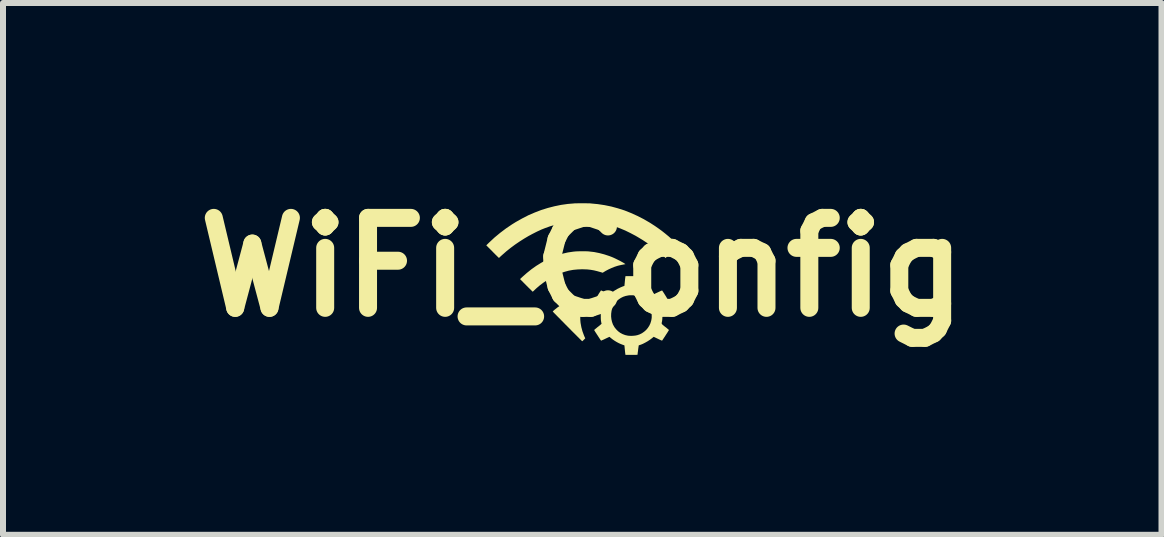
<source format=kicad_pcb>
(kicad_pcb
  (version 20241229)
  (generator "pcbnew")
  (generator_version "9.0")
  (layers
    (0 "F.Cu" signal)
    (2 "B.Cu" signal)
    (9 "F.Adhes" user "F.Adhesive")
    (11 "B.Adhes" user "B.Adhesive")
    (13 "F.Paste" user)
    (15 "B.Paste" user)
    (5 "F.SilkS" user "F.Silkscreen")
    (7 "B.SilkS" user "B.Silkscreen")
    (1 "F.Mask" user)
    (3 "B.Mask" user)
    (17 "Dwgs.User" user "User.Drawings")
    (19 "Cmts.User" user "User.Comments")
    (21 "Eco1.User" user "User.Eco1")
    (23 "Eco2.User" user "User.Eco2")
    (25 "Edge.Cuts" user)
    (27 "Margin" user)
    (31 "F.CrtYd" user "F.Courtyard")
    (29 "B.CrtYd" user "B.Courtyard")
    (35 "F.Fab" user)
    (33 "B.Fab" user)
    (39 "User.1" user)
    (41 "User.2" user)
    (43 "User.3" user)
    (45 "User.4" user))
  (footprint "WiFi_Config"
    (layer "F.Cu")
    (at 6.657 1.404)
    (property "Reference" "WiFi_Config" (at 0 0 0) (layer "F.SilkS") (effects (font (size 1.5 1.5) (thickness 0.3))))
    (attr board_only exclude_from_pos_files exclude_from_bom)
    (fp_poly (pts (xy -0.001 0.534) (xy 0.005 0.535) (xy 0.006 0.536) (xy 0.005 0.539) (xy 0.003 0.546) (xy 0.001 0.551) (xy -0.003 0.565) (xy -0.008 0.585) (xy -0.014 0.607) (xy -0.019 0.63) (xy -0.024 0.653) (xy -0.027 0.674) (xy -0.028 0.678) (xy -0.03 0.698) (xy -0.032 0.722) (xy -0.033 0.75) (xy -0.034 0.78) (xy -0.034 0.811) (xy -0.033 0.842) (xy -0.033 0.872) (xy -0.031 0.898) (xy -0.029 0.92) (xy -0.028 0.93) (xy -0.015 1.001) (xy 0.003 1.068) (xy 0.026 1.131) (xy 0.034 1.151) (xy 0.05 1.187) (xy 0.026 1.211) (xy 0.016 1.221) (xy 0.007 1.229) (xy 0.001 1.234) (xy -0.001 1.235) (xy -0.003 1.233) (xy -0.01 1.227) (xy -0.02 1.216) (xy -0.035 1.202) (xy -0.052 1.185) (xy -0.073 1.164) (xy -0.096 1.141) (xy -0.122 1.115) (xy -0.15 1.087) (xy -0.18 1.057) (xy -0.211 1.025) (xy -0.244 0.992) (xy -0.247 0.989) (xy -0.28 0.956) (xy -0.311 0.924) (xy -0.341 0.894) (xy -0.369 0.865) (xy -0.395 0.839) (xy -0.419 0.815) (xy -0.439 0.794) (xy -0.457 0.776) (xy -0.472 0.761) (xy -0.482 0.75) (xy -0.489 0.743) (xy -0.492 0.74) (xy -0.492 0.74) (xy -0.49 0.737) (xy -0.484 0.731) (xy -0.475 0.722) (xy -0.464 0.712) (xy -0.464 0.712) (xy -0.41 0.669) (xy -0.353 0.632) (xy -0.294 0.601) (xy -0.231 0.575) (xy -0.166 0.555) (xy -0.099 0.541) (xy -0.085 0.539) (xy -0.072 0.538) (xy -0.057 0.536) (xy -0.041 0.535) (xy -0.026 0.535) (xy -0.012 0.534)) (stroke (width 0) (type solid)) (fill yes) (layer "F.SilkS"))
    (fp_poly (pts (xy 0.055 -0.265) (xy 0.083 -0.264) (xy 0.107 -0.263) (xy 0.112 -0.262) (xy 0.199 -0.252) (xy 0.284 -0.235) (xy 0.368 -0.213) (xy 0.453 -0.185) (xy 0.497 -0.168) (xy 0.518 -0.159) (xy 0.54 -0.149) (xy 0.563 -0.138) (xy 0.587 -0.126) (xy 0.611 -0.114) (xy 0.633 -0.103) (xy 0.654 -0.091) (xy 0.674 -0.08) (xy 0.69 -0.071) (xy 0.703 -0.062) (xy 0.713 -0.056) (xy 0.718 -0.051) (xy 0.718 -0.049) (xy 0.717 -0.049) (xy 0.702 -0.047) (xy 0.683 -0.043) (xy 0.661 -0.039) (xy 0.638 -0.034) (xy 0.616 -0.029) (xy 0.596 -0.024) (xy 0.585 -0.021) (xy 0.536 -0.005) (xy 0.487 0.015) (xy 0.439 0.037) (xy 0.393 0.061) (xy 0.37 0.075) (xy 0.341 0.093) (xy 0.304 0.082) (xy 0.247 0.066) (xy 0.193 0.053) (xy 0.14 0.044) (xy 0.086 0.038) (xy 0.03 0.036) (xy -0.002 0.035) (xy -0.078 0.038) (xy -0.152 0.045) (xy -0.223 0.058) (xy -0.293 0.077) (xy -0.363 0.101) (xy -0.433 0.131) (xy -0.456 0.143) (xy -0.52 0.177) (xy -0.584 0.216) (xy -0.647 0.258) (xy -0.707 0.303) (xy -0.762 0.35) (xy -0.794 0.38) (xy -0.805 0.391) (xy -0.815 0.4) (xy -0.822 0.406) (xy -0.826 0.41) (xy -0.826 0.41) (xy -0.828 0.407) (xy -0.835 0.401) (xy -0.845 0.391) (xy -0.858 0.378) (xy -0.874 0.362) (xy -0.893 0.344) (xy -0.913 0.324) (xy -0.932 0.305) (xy -1.037 0.199) (xy -0.998 0.162) (xy -0.923 0.096) (xy -0.847 0.035) (xy -0.768 -0.021) (xy -0.686 -0.072) (xy -0.599 -0.12) (xy -0.58 -0.129) (xy -0.497 -0.168) (xy -0.413 -0.199) (xy -0.328 -0.225) (xy -0.241 -0.245) (xy -0.153 -0.258) (xy -0.125 -0.261) (xy -0.102 -0.263) (xy -0.073 -0.264) (xy -0.042 -0.265) (xy -0.009 -0.265) (xy 0.024 -0.265)) (stroke (width 0) (type solid)) (fill yes) (layer "F.SilkS"))
    (fp_poly (pts (xy 0.032 -1.065) (xy 0.065 -1.065) (xy 0.095 -1.064) (xy 0.121 -1.064) (xy 0.142 -1.063) (xy 0.144 -1.062) (xy 0.259 -1.051) (xy 0.372 -1.034) (xy 0.484 -1.011) (xy 0.594 -0.981) (xy 0.704 -0.946) (xy 0.812 -0.903) (xy 0.918 -0.855) (xy 1.024 -0.801) (xy 1.129 -0.74) (xy 1.211 -0.687) (xy 1.267 -0.648) (xy 1.325 -0.606) (xy 1.382 -0.561) (xy 1.438 -0.515) (xy 1.491 -0.468) (xy 1.54 -0.423) (xy 1.569 -0.395) (xy 1.6 -0.363) (xy 1.495 -0.258) (xy 1.389 -0.152) (xy 1.361 -0.179) (xy 1.299 -0.236) (xy 1.231 -0.292) (xy 1.159 -0.347) (xy 1.085 -0.401) (xy 1.008 -0.452) (xy 0.93 -0.499) (xy 0.891 -0.522) (xy 0.802 -0.569) (xy 0.716 -0.611) (xy 0.63 -0.647) (xy 0.544 -0.678) (xy 0.457 -0.705) (xy 0.369 -0.726) (xy 0.279 -0.743) (xy 0.185 -0.757) (xy 0.178 -0.758) (xy 0.163 -0.759) (xy 0.147 -0.76) (xy 0.13 -0.761) (xy 0.11 -0.762) (xy 0.087 -0.763) (xy 0.06 -0.763) (xy 0.028 -0.763) (xy -0.000001 -0.763) (xy -0.038 -0.763) (xy -0.071 -0.763) (xy -0.1 -0.762) (xy -0.126 -0.761) (xy -0.149 -0.76) (xy -0.172 -0.758) (xy -0.195 -0.756) (xy -0.219 -0.753) (xy -0.245 -0.749) (xy -0.275 -0.744) (xy -0.276 -0.744) (xy -0.362 -0.728) (xy -0.449 -0.707) (xy -0.537 -0.681) (xy -0.623 -0.65) (xy -0.683 -0.626) (xy -0.702 -0.617) (xy -0.726 -0.606) (xy -0.752 -0.594) (xy -0.78 -0.58) (xy -0.809 -0.565) (xy -0.837 -0.551) (xy -0.862 -0.537) (xy -0.885 -0.525) (xy -0.891 -0.522) (xy -0.967 -0.477) (xy -1.044 -0.428) (xy -1.119 -0.377) (xy -1.192 -0.323) (xy -1.261 -0.268) (xy -1.325 -0.212) (xy -1.361 -0.18) (xy -1.371 -0.17) (xy -1.38 -0.161) (xy -1.387 -0.156) (xy -1.389 -0.154) (xy -1.392 -0.156) (xy -1.398 -0.162) (xy -1.408 -0.172) (xy -1.422 -0.185) (xy -1.438 -0.201) (xy -1.456 -0.219) (xy -1.476 -0.239) (xy -1.495 -0.259) (xy -1.6 -0.364) (xy -1.553 -0.41) (xy -1.464 -0.493) (xy -1.37 -0.571) (xy -1.272 -0.645) (xy -1.17 -0.714) (xy -1.107 -0.753) (xy -1.002 -0.812) (xy -0.897 -0.866) (xy -0.79 -0.912) (xy -0.683 -0.953) (xy -0.574 -0.987) (xy -0.465 -1.015) (xy -0.354 -1.038) (xy -0.241 -1.054) (xy -0.144 -1.062) (xy -0.123 -1.064) (xy -0.097 -1.064) (xy -0.068 -1.065) (xy -0.035 -1.065) (xy -0.002 -1.065)) (stroke (width 0) (type solid)) (fill yes) (layer "F.SilkS"))
    (fp_poly (pts (xy 0.929 0.222) (xy 0.932 0.243) (xy 0.934 0.263) (xy 0.937 0.28) (xy 0.938 0.293) (xy 0.939 0.301) (xy 0.94 0.303) (xy 0.941 0.308) (xy 0.943 0.311) (xy 0.948 0.315) (xy 0.957 0.318) (xy 0.97 0.323) (xy 0.971 0.323) (xy 1.01 0.339) (xy 1.052 0.359) (xy 1.094 0.383) (xy 1.135 0.41) (xy 1.165 0.432) (xy 1.176 0.44) (xy 1.184 0.447) (xy 1.19 0.451) (xy 1.191 0.451) (xy 1.195 0.45) (xy 1.203 0.446) (xy 1.215 0.441) (xy 1.231 0.433) (xy 1.249 0.425) (xy 1.261 0.419) (xy 1.283 0.409) (xy 1.3 0.401) (xy 1.313 0.395) (xy 1.322 0.392) (xy 1.328 0.39) (xy 1.332 0.39) (xy 1.333 0.391) (xy 1.337 0.396) (xy 1.343 0.406) (xy 1.352 0.419) (xy 1.362 0.434) (xy 1.373 0.452) (xy 1.385 0.471) (xy 1.397 0.49) (xy 1.408 0.509) (xy 1.419 0.527) (xy 1.428 0.543) (xy 1.436 0.556) (xy 1.442 0.566) (xy 1.444 0.572) (xy 1.445 0.573) (xy 1.441 0.575) (xy 1.434 0.581) (xy 1.423 0.59) (xy 1.409 0.601) (xy 1.393 0.614) (xy 1.381 0.622) (xy 1.362 0.637) (xy 1.348 0.649) (xy 1.337 0.658) (xy 1.33 0.664) (xy 1.326 0.669) (xy 1.323 0.673) (xy 1.323 0.676) (xy 1.323 0.679) (xy 1.323 0.68) (xy 1.328 0.701) (xy 1.331 0.72) (xy 1.333 0.737) (xy 1.335 0.753) (xy 1.335 0.772) (xy 1.336 0.795) (xy 1.336 0.808) (xy 1.336 0.834) (xy 1.335 0.856) (xy 1.334 0.873) (xy 1.332 0.888) (xy 1.33 0.902) (xy 1.33 0.902) (xy 1.327 0.916) (xy 1.325 0.926) (xy 1.324 0.935) (xy 1.325 0.942) (xy 1.329 0.949) (xy 1.335 0.956) (xy 1.344 0.964) (xy 1.356 0.974) (xy 1.373 0.988) (xy 1.385 0.997) (xy 1.402 1.01) (xy 1.417 1.023) (xy 1.429 1.033) (xy 1.439 1.041) (xy 1.444 1.047) (xy 1.445 1.049) (xy 1.443 1.052) (xy 1.438 1.061) (xy 1.43 1.073) (xy 1.421 1.088) (xy 1.41 1.105) (xy 1.398 1.123) (xy 1.386 1.142) (xy 1.374 1.161) (xy 1.362 1.178) (xy 1.352 1.194) (xy 1.343 1.207) (xy 1.337 1.217) (xy 1.333 1.222) (xy 1.333 1.222) (xy 1.331 1.223) (xy 1.327 1.223) (xy 1.322 1.222) (xy 1.313 1.219) (xy 1.301 1.213) (xy 1.285 1.206) (xy 1.264 1.196) (xy 1.26 1.194) (xy 1.191 1.161) (xy 1.163 1.184) (xy 1.127 1.211) (xy 1.089 1.236) (xy 1.05 1.258) (xy 1.011 1.278) (xy 0.975 1.293) (xy 0.97 1.294) (xy 0.958 1.298) (xy 0.948 1.302) (xy 0.942 1.304) (xy 0.942 1.304) (xy 0.941 1.307) (xy 0.94 1.316) (xy 0.938 1.328) (xy 0.936 1.344) (xy 0.933 1.362) (xy 0.931 1.381) (xy 0.929 1.4) (xy 0.926 1.418) (xy 0.924 1.434) (xy 0.923 1.447) (xy 0.922 1.456) (xy 0.922 1.458) (xy 0.92 1.46) (xy 0.916 1.461) (xy 0.908 1.461) (xy 0.896 1.462) (xy 0.879 1.462) (xy 0.857 1.462) (xy 0.829 1.462) (xy 0.821 1.462) (xy 0.721 1.462) (xy 0.719 1.455) (xy 0.718 1.45) (xy 0.717 1.44) (xy 0.715 1.425) (xy 0.713 1.407) (xy 0.711 1.386) (xy 0.71 1.376) (xy 0.703 1.304) (xy 0.672 1.293) (xy 0.641 1.281) (xy 0.608 1.266) (xy 0.574 1.248) (xy 0.541 1.228) (xy 0.51 1.207) (xy 0.483 1.186) (xy 0.473 1.178) (xy 0.464 1.17) (xy 0.457 1.164) (xy 0.454 1.162) (xy 0.453 1.162) (xy 0.45 1.163) (xy 0.442 1.167) (xy 0.43 1.172) (xy 0.414 1.18) (xy 0.396 1.188) (xy 0.384 1.194) (xy 0.365 1.203) (xy 0.348 1.211) (xy 0.333 1.217) (xy 0.322 1.222) (xy 0.316 1.225) (xy 0.314 1.226) (xy 0.312 1.223) (xy 0.307 1.216) (xy 0.299 1.205) (xy 0.29 1.191) (xy 0.279 1.174) (xy 0.267 1.156) (xy 0.255 1.137) (xy 0.242 1.118) (xy 0.231 1.1) (xy 0.22 1.084) (xy 0.211 1.069) (xy 0.204 1.058) (xy 0.2 1.05) (xy 0.198 1.048) (xy 0.201 1.045) (xy 0.208 1.039) (xy 0.218 1.03) (xy 0.232 1.019) (xy 0.247 1.006) (xy 0.261 0.995) (xy 0.282 0.979) (xy 0.298 0.965) (xy 0.311 0.954) (xy 0.319 0.947) (xy 0.322 0.942) (xy 0.322 0.942) (xy 0.321 0.937) (xy 0.318 0.928) (xy 0.316 0.915) (xy 0.315 0.91) (xy 0.312 0.893) (xy 0.31 0.871) (xy 0.309 0.846) (xy 0.309 0.822) (xy 0.481 0.822) (xy 0.486 0.868) (xy 0.496 0.912) (xy 0.511 0.954) (xy 0.515 0.962) (xy 0.538 1.002) (xy 0.566 1.037) (xy 0.597 1.068) (xy 0.633 1.095) (xy 0.673 1.116) (xy 0.715 1.132) (xy 0.755 1.141) (xy 0.777 1.144) (xy 0.804 1.145) (xy 0.832 1.145) (xy 0.861 1.143) (xy 0.888 1.14) (xy 0.911 1.135) (xy 0.914 1.135) (xy 0.956 1.121) (xy 0.996 1.101) (xy 1.032 1.076) (xy 1.065 1.047) (xy 1.093 1.014) (xy 1.117 0.977) (xy 1.136 0.937) (xy 1.149 0.895) (xy 1.155 0.864) (xy 1.158 0.839) (xy 1.158 0.811) (xy 1.157 0.781) (xy 1.155 0.751) (xy 1.15 0.725) (xy 1.148 0.712) (xy 1.138 0.682) (xy 1.125 0.651) (xy 1.109 0.622) (xy 1.095 0.602) (xy 1.079 0.582) (xy 1.059 0.562) (xy 1.038 0.542) (xy 1.016 0.526) (xy 0.999 0.514) (xy 0.964 0.496) (xy 0.924 0.482) (xy 0.883 0.473) (xy 0.84 0.468) (xy 0.797 0.468) (xy 0.77 0.471) (xy 0.724 0.48) (xy 0.682 0.494) (xy 0.644 0.513) (xy 0.608 0.537) (xy 0.577 0.565) (xy 0.548 0.597) (xy 0.525 0.632) (xy 0.507 0.669) (xy 0.493 0.709) (xy 0.488 0.73) (xy 0.482 0.776) (xy 0.481 0.822) (xy 0.309 0.822) (xy 0.309 0.819) (xy 0.309 0.791) (xy 0.31 0.763) (xy 0.311 0.738) (xy 0.313 0.717) (xy 0.316 0.7) (xy 0.316 0.699) (xy 0.319 0.685) (xy 0.32 0.675) (xy 0.32 0.67) (xy 0.319 0.667) (xy 0.315 0.664) (xy 0.307 0.658) (xy 0.296 0.649) (xy 0.282 0.638) (xy 0.266 0.626) (xy 0.257 0.618) (xy 0.24 0.605) (xy 0.225 0.593) (xy 0.213 0.583) (xy 0.204 0.575) (xy 0.199 0.57) (xy 0.198 0.569) (xy 0.2 0.566) (xy 0.205 0.558) (xy 0.212 0.547) (xy 0.221 0.532) (xy 0.231 0.515) (xy 0.243 0.497) (xy 0.255 0.478) (xy 0.267 0.458) (xy 0.278 0.44) (xy 0.289 0.423) (xy 0.298 0.409) (xy 0.306 0.398) (xy 0.311 0.39) (xy 0.312 0.388) (xy 0.316 0.388) (xy 0.324 0.392) (xy 0.336 0.397) (xy 0.351 0.404) (xy 0.369 0.413) (xy 0.382 0.419) (xy 0.401 0.428) (xy 0.418 0.436) (xy 0.433 0.443) (xy 0.444 0.448) (xy 0.45 0.451) (xy 0.452 0.451) (xy 0.455 0.449) (xy 0.462 0.444) (xy 0.473 0.437) (xy 0.485 0.428) (xy 0.487 0.426) (xy 0.535 0.393) (xy 0.583 0.364) (xy 0.632 0.34) (xy 0.677 0.321) (xy 0.703 0.312) (xy 0.71 0.24) (xy 0.712 0.219) (xy 0.714 0.199) (xy 0.716 0.182) (xy 0.718 0.169) (xy 0.719 0.161) (xy 0.719 0.159) (xy 0.721 0.15) (xy 0.821 0.15) (xy 0.921 0.15)) (stroke (width 0) (type solid)) (fill yes) (layer "F.SilkS")))
  (gr_rect
    (start -3 -3)
    (end 16.314 5.866)
    (stroke (width 0.1) (type default))
    (fill no)
    (layer "Edge.Cuts")))
</source>
